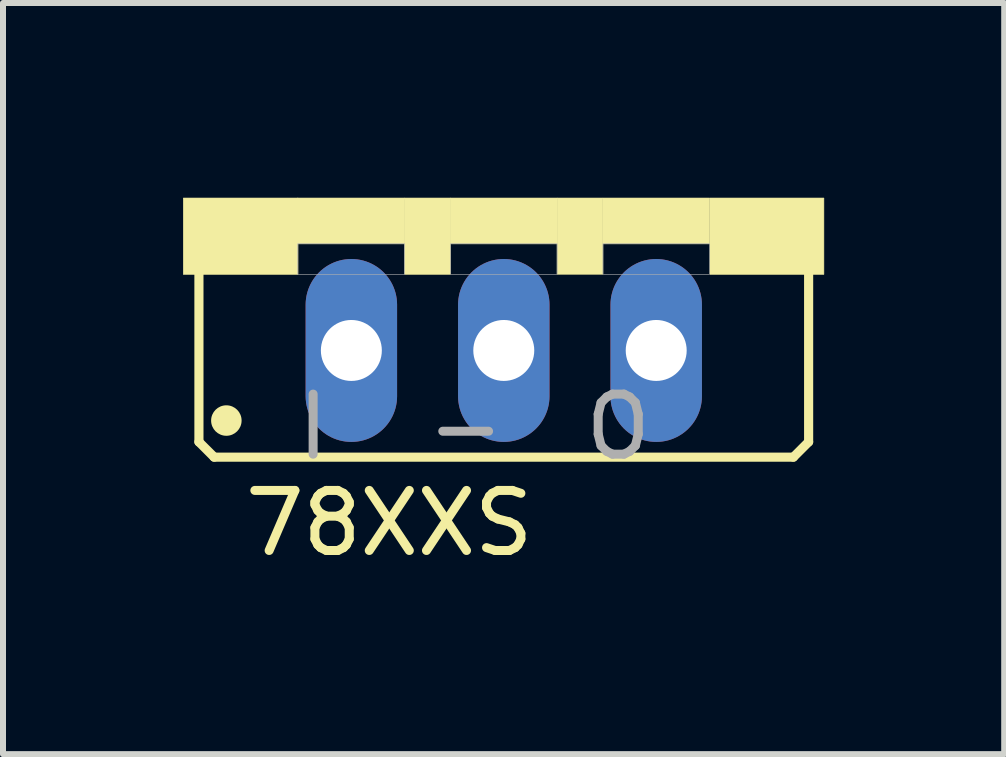
<source format=kicad_pcb>
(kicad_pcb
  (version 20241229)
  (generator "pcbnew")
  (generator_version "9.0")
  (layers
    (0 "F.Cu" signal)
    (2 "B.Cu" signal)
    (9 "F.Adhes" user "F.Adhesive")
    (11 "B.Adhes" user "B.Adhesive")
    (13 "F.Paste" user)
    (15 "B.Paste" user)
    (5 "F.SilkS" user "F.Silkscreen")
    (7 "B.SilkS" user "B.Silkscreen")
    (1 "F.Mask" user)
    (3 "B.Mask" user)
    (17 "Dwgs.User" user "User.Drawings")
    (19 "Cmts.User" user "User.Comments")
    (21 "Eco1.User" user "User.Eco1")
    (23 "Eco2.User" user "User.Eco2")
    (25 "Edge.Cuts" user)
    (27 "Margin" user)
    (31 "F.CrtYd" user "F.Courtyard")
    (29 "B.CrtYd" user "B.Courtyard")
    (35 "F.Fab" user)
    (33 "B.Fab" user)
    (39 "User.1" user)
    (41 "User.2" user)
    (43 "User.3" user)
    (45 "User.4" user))
  (footprint "78XXS"
    (layer "F.Cu")
    (at 5.345 0.25)
    (property "Reference" "78XXS" (at -1.908 5.418 0) (layer "F.SilkS") (effects (font (size 1.001 1.001) (thickness 0.15))))
    (attr through_hole)
    (fp_line (start -5.08 4.064) (end -5.08 1.143) (stroke (width 0.152) (type solid)) (layer "F.SilkS"))
    (fp_line (start -5.08 4.064) (end -4.826 4.318) (stroke (width 0.152) (type solid)) (layer "F.SilkS"))
    (fp_line (start 4.826 4.318) (end -4.826 4.318) (stroke (width 0.152) (type solid)) (layer "F.SilkS"))
    (fp_line (start 4.826 4.318) (end 5.08 4.064) (stroke (width 0.152) (type solid)) (layer "F.SilkS"))
    (fp_line (start 5.08 1.143) (end 5.08 4.064) (stroke (width 0.152) (type solid)) (layer "F.SilkS"))
    (fp_circle (center -4.623 3.708) (end -4.369 3.708) (stroke (width 0) (type solid)) (fill yes) (layer "F.SilkS"))
    (fp_poly (pts (xy -5.34 0) (xy -3.429 0) (xy -3.429 1.272) (xy -5.34 1.272)) (stroke (width 0.01) (type solid)) (fill yes) (layer "F.SilkS"))
    (fp_poly (pts (xy -3.435 0) (xy -1.651 0) (xy -1.651 0.763) (xy -3.435 0.763)) (stroke (width 0.01) (type solid)) (fill yes) (layer "F.SilkS"))
    (fp_poly (pts (xy -1.652 0) (xy -0.889 0) (xy -0.889 1.271) (xy -1.652 1.271)) (stroke (width 0.01) (type solid)) (fill yes) (layer "F.SilkS"))
    (fp_poly (pts (xy -0.891 0) (xy 0.889 0) (xy 0.889 0.763) (xy -0.891 0.763)) (stroke (width 0.01) (type solid)) (fill yes) (layer "F.SilkS"))
    (fp_poly (pts (xy 0.889 0) (xy 1.651 0) (xy 1.651 1.27) (xy 0.889 1.27)) (stroke (width 0.01) (type solid)) (fill yes) (layer "F.SilkS"))
    (fp_poly (pts (xy 1.653 0) (xy 3.429 0) (xy 3.429 0.763) (xy 1.653 0.763)) (stroke (width 0.01) (type solid)) (fill yes) (layer "F.SilkS"))
    (fp_poly (pts (xy 3.436 0) (xy 5.334 0) (xy 5.334 1.272) (xy 3.436 1.272)) (stroke (width 0.01) (type solid)) (fill yes) (layer "F.SilkS"))
    (fp_poly (pts (xy -3.435 0.762) (xy -1.651 0.762) (xy -1.651 1.272) (xy -3.435 1.272)) (stroke (width 0.01) (type solid)) (fill no) (layer "F.Fab"))
    (fp_poly (pts (xy -0.889 0.762) (xy 0.889 0.762) (xy 0.889 1.271) (xy -0.889 1.271)) (stroke (width 0.01) (type solid)) (fill no) (layer "F.Fab"))
    (fp_poly (pts (xy 1.653 0.762) (xy 3.429 0.762) (xy 3.429 1.272) (xy 1.653 1.272)) (stroke (width 0.01) (type solid)) (fill no) (layer "F.Fab"))
    (fp_text user "O" (at 1.907 3.813 0) (layer "F.Fab") (effects (font (size 1.001 1.001) (thickness 0.15))))
    (fp_text user "I" (at -3.177 3.813 0) (layer "F.Fab") (effects (font (size 1.001 1.001) (thickness 0.15))))
    (fp_text user "-" (at -0.635 3.812 0) (layer "F.Fab") (effects (font (size 1.001 1.001) (thickness 0.15))))
    (pad "GND" thru_hole oval (at 0 2.54) (size 1.524 3.048) (drill 1.016) (layers "*.Cu" "*.Mask"))
    (pad "IN" thru_hole oval (at -2.54 2.54) (size 1.524 3.048) (drill 1.016) (layers "*.Cu" "*.Mask"))
    (pad "OUT" thru_hole oval (at 2.54 2.54) (size 1.524 3.048) (drill 1.016) (layers "*.Cu" "*.Mask")))
  (gr_rect
    (start -3 -3)
    (end 13.684 9.517)
    (stroke (width 0.1) (type default))
    (fill no)
    (layer "Edge.Cuts")))
</source>
